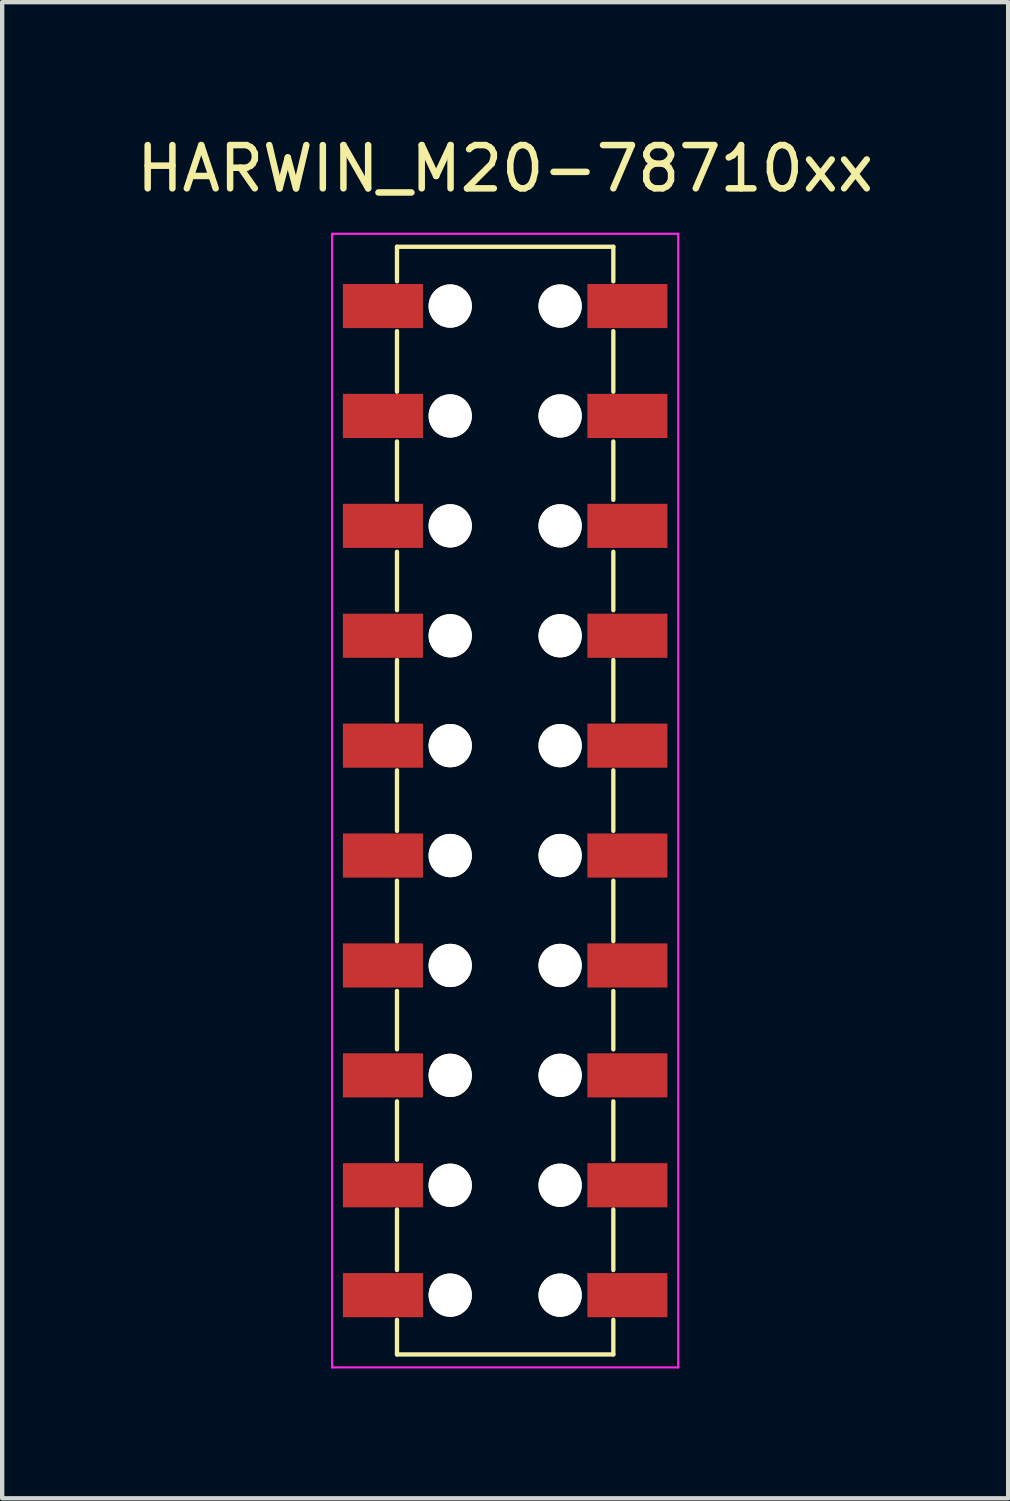
<source format=kicad_pcb>
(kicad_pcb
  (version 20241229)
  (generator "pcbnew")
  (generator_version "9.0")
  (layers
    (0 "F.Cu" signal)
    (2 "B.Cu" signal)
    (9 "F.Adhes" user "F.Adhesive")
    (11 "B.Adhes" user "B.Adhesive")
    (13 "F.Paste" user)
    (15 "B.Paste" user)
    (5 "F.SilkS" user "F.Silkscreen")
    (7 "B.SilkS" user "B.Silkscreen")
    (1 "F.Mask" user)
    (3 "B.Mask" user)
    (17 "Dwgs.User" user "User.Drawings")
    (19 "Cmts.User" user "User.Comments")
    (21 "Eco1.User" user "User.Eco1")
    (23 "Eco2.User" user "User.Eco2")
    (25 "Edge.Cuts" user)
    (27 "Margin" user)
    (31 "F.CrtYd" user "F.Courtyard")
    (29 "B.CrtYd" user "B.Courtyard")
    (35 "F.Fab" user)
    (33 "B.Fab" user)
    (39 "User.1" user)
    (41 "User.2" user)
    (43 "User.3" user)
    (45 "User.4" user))
  (footprint "HARWIN_M20-78710xx"
    (layer "F.Cu")
    (at 8.625 15.453)
    (property "Reference" "HARWIN_M20-78710xx" (at 0 -14.605 0) (layer "F.SilkS") (effects (font (size 1 1) (thickness 0.15))))
    (attr through_hole)
    (fp_line (start -2.5 -12.8) (end 2.5 -12.8) (stroke (width 0.1) (type solid)) (layer "F.SilkS"))
    (fp_line (start -2.5 -12) (end -2.5 -12.8) (stroke (width 0.1) (type solid)) (layer "F.SilkS"))
    (fp_line (start -2.5 -10.85) (end -2.5 -9.45) (stroke (width 0.1) (type solid)) (layer "F.SilkS"))
    (fp_line (start -2.5 -8.3) (end -2.5 -6.95) (stroke (width 0.1) (type solid)) (layer "F.SilkS"))
    (fp_line (start -2.5 -5.75) (end -2.5 -4.4) (stroke (width 0.1) (type solid)) (layer "F.SilkS"))
    (fp_line (start -2.5 -3.25) (end -2.5 -1.85) (stroke (width 0.1) (type solid)) (layer "F.SilkS"))
    (fp_line (start -2.5 -0.7) (end -2.5 0.7) (stroke (width 0.1) (type solid)) (layer "F.SilkS"))
    (fp_line (start -2.5 1.85) (end -2.5 3.2) (stroke (width 0.1) (type solid)) (layer "F.SilkS"))
    (fp_line (start -2.5 3.2) (end -2.5 3.25) (stroke (width 0.1) (type solid)) (layer "F.SilkS"))
    (fp_line (start -2.5 4.4) (end -2.5 5.75) (stroke (width 0.1) (type solid)) (layer "F.SilkS"))
    (fp_line (start -2.5 6.95) (end -2.5 8.3) (stroke (width 0.1) (type solid)) (layer "F.SilkS"))
    (fp_line (start -2.5 9.45) (end -2.5 10.85) (stroke (width 0.1) (type solid)) (layer "F.SilkS"))
    (fp_line (start -2.5 12) (end -2.5 12.8) (stroke (width 0.1) (type solid)) (layer "F.SilkS"))
    (fp_line (start -2.5 12.8) (end 2.5 12.8) (stroke (width 0.1) (type solid)) (layer "F.SilkS"))
    (fp_line (start 2.5 -12.8) (end 2.5 -12) (stroke (width 0.1) (type solid)) (layer "F.SilkS"))
    (fp_line (start 2.5 -9.45) (end 2.5 -10.85) (stroke (width 0.1) (type solid)) (layer "F.SilkS"))
    (fp_line (start 2.5 -6.95) (end 2.5 -8.3) (stroke (width 0.1) (type solid)) (layer "F.SilkS"))
    (fp_line (start 2.5 -4.4) (end 2.5 -5.75) (stroke (width 0.1) (type solid)) (layer "F.SilkS"))
    (fp_line (start 2.5 -1.85) (end 2.5 -3.25) (stroke (width 0.1) (type solid)) (layer "F.SilkS"))
    (fp_line (start 2.5 0.7) (end 2.5 -0.7) (stroke (width 0.1) (type solid)) (layer "F.SilkS"))
    (fp_line (start 2.5 3.25) (end 2.5 1.85) (stroke (width 0.1) (type solid)) (layer "F.SilkS"))
    (fp_line (start 2.5 5.75) (end 2.5 4.4) (stroke (width 0.1) (type solid)) (layer "F.SilkS"))
    (fp_line (start 2.5 8.3) (end 2.5 6.95) (stroke (width 0.1) (type solid)) (layer "F.SilkS"))
    (fp_line (start 2.5 10.85) (end 2.5 9.45) (stroke (width 0.1) (type solid)) (layer "F.SilkS"))
    (fp_line (start 2.5 12.8) (end 2.5 12) (stroke (width 0.1) (type solid)) (layer "F.SilkS"))
    (fp_line (start -4 -13.1) (end -4 13.1) (stroke (width 0.05) (type solid)) (layer "F.CrtYd"))
    (fp_line (start -4 13.1) (end 4 13.1) (stroke (width 0.05) (type solid)) (layer "F.CrtYd"))
    (fp_line (start 4 -13.1) (end -4 -13.1) (stroke (width 0.05) (type solid)) (layer "F.CrtYd"))
    (fp_line (start 4 13.1) (end 4 -13.1) (stroke (width 0.05) (type solid)) (layer "F.CrtYd"))
    (pad "" np_thru_hole circle (at -1.27 -11.43) (size 1 1) (drill 1) (layers "*.Cu" "*.Mask" "F.SilkS"))
    (pad "" np_thru_hole circle (at -1.27 -8.89) (size 1 1) (drill 1) (layers "*.Cu" "*.Mask" "F.SilkS"))
    (pad "" np_thru_hole circle (at -1.27 -6.35) (size 1 1) (drill 1) (layers "*.Cu" "*.Mask" "F.SilkS"))
    (pad "" np_thru_hole circle (at -1.27 -3.81) (size 1 1) (drill 1) (layers "*.Cu" "*.Mask" "F.SilkS"))
    (pad "" np_thru_hole circle (at -1.27 -1.27) (size 1 1) (drill 1) (layers "*.Cu" "*.Mask" "F.SilkS"))
    (pad "" np_thru_hole circle (at -1.27 1.27) (size 1 1) (drill 1) (layers "*.Cu" "*.Mask" "F.SilkS"))
    (pad "" np_thru_hole circle (at -1.27 3.81) (size 1 1) (drill 1) (layers "*.Cu" "*.Mask" "F.SilkS"))
    (pad "" np_thru_hole circle (at -1.27 6.35) (size 1 1) (drill 1) (layers "*.Cu" "*.Mask" "F.SilkS"))
    (pad "" np_thru_hole circle (at -1.27 8.89) (size 1 1) (drill 1) (layers "*.Cu" "*.Mask" "F.SilkS"))
    (pad "" np_thru_hole circle (at -1.27 11.43) (size 1 1) (drill 1) (layers "*.Cu" "*.Mask" "F.SilkS"))
    (pad "" np_thru_hole circle (at 1.27 -11.43) (size 1 1) (drill 1) (layers "*.Cu" "*.Mask" "F.SilkS"))
    (pad "" np_thru_hole circle (at 1.27 -8.89) (size 1 1) (drill 1) (layers "*.Cu" "*.Mask" "F.SilkS"))
    (pad "" np_thru_hole circle (at 1.27 -6.35) (size 1 1) (drill 1) (layers "*.Cu" "*.Mask" "F.SilkS"))
    (pad "" np_thru_hole circle (at 1.27 -3.81) (size 1 1) (drill 1) (layers "*.Cu" "*.Mask" "F.SilkS"))
    (pad "" np_thru_hole circle (at 1.27 -1.27) (size 1 1) (drill 1) (layers "*.Cu" "*.Mask" "F.SilkS"))
    (pad "" np_thru_hole circle (at 1.27 1.27) (size 1 1) (drill 1) (layers "*.Cu" "*.Mask" "F.SilkS"))
    (pad "" np_thru_hole circle (at 1.27 3.81) (size 1 1) (drill 1) (layers "*.Cu" "*.Mask" "F.SilkS"))
    (pad "" np_thru_hole circle (at 1.27 6.35) (size 1 1) (drill 1) (layers "*.Cu" "*.Mask" "F.SilkS"))
    (pad "" np_thru_hole circle (at 1.27 8.89) (size 1 1) (drill 1) (layers "*.Cu" "*.Mask" "F.SilkS"))
    (pad "" np_thru_hole circle (at 1.27 11.43) (size 1 1) (drill 1) (layers "*.Cu" "*.Mask" "F.SilkS"))
    (pad "1" smd rect (at -2.825 -11.43) (size 1.85 1.02) (layers "F.Cu" "F.Mask" "F.Paste"))
    (pad "2" smd rect (at 2.825 -11.43) (size 1.85 1.02) (layers "F.Cu" "F.Mask" "F.Paste"))
    (pad "3" smd rect (at -2.825 -8.89) (size 1.85 1.02) (layers "F.Cu" "F.Mask" "F.Paste"))
    (pad "4" smd rect (at 2.825 -8.89) (size 1.85 1.02) (layers "F.Cu" "F.Mask" "F.Paste"))
    (pad "5" smd rect (at -2.825 -6.35) (size 1.85 1.02) (layers "F.Cu" "F.Mask" "F.Paste"))
    (pad "6" smd rect (at 2.825 -6.35) (size 1.85 1.02) (layers "F.Cu" "F.Mask" "F.Paste"))
    (pad "7" smd rect (at -2.825 -3.81) (size 1.85 1.02) (layers "F.Cu" "F.Mask" "F.Paste"))
    (pad "8" smd rect (at 2.825 -3.81) (size 1.85 1.02) (layers "F.Cu" "F.Mask" "F.Paste"))
    (pad "9" smd rect (at -2.825 -1.27) (size 1.85 1.02) (layers "F.Cu" "F.Mask" "F.Paste"))
    (pad "10" smd rect (at 2.825 -1.27) (size 1.85 1.02) (layers "F.Cu" "F.Mask" "F.Paste"))
    (pad "11" smd rect (at -2.825 1.27) (size 1.85 1.02) (layers "F.Cu" "F.Mask" "F.Paste"))
    (pad "12" smd rect (at 2.825 1.27) (size 1.85 1.02) (layers "F.Cu" "F.Mask" "F.Paste"))
    (pad "13" smd rect (at -2.825 3.81) (size 1.85 1.02) (layers "F.Cu" "F.Mask" "F.Paste"))
    (pad "14" smd rect (at 2.825 3.81) (size 1.85 1.02) (layers "F.Cu" "F.Mask" "F.Paste"))
    (pad "15" smd rect (at -2.825 6.35) (size 1.85 1.02) (layers "F.Cu" "F.Mask" "F.Paste"))
    (pad "16" smd rect (at 2.825 6.35) (size 1.85 1.02) (layers "F.Cu" "F.Mask" "F.Paste"))
    (pad "17" smd rect (at -2.825 8.89) (size 1.85 1.02) (layers "F.Cu" "F.Mask" "F.Paste"))
    (pad "18" smd rect (at 2.825 8.89) (size 1.85 1.02) (layers "F.Cu" "F.Mask" "F.Paste"))
    (pad "19" smd rect (at -2.825 11.43) (size 1.85 1.02) (layers "F.Cu" "F.Mask" "F.Paste"))
    (pad "20" smd rect (at 2.825 11.43) (size 1.85 1.02) (layers "F.Cu" "F.Mask" "F.Paste")))
  (gr_rect
    (start -3 -3)
    (end 20.25 31.578)
    (stroke (width 0.1) (type default))
    (fill no)
    (layer "Edge.Cuts")))
</source>
